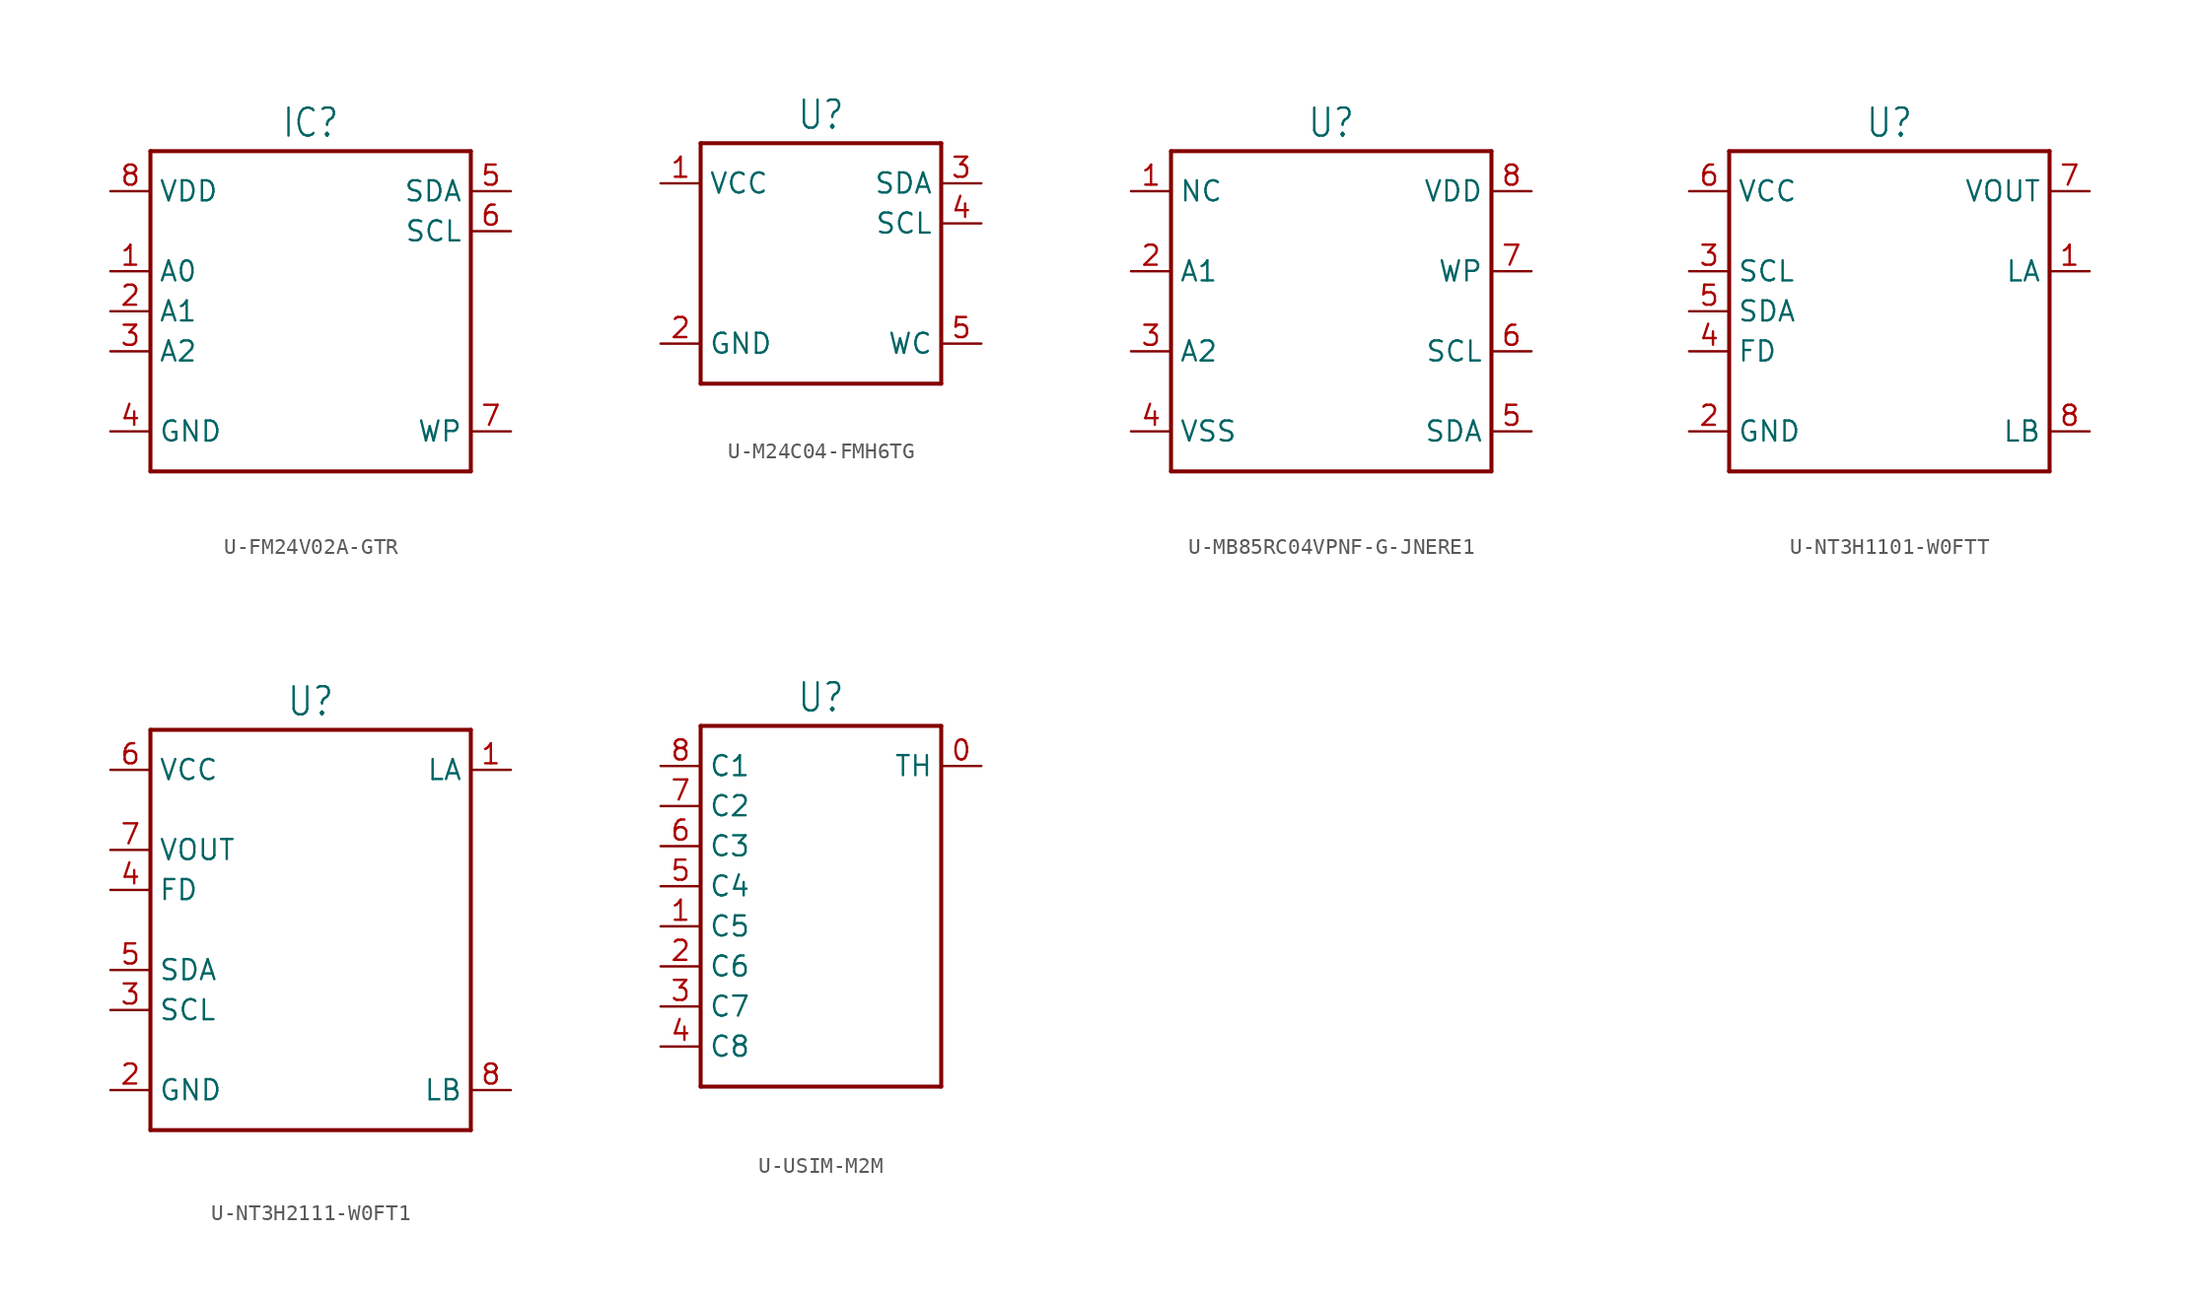
<source format=kicad_sym>
(kicad_symbol_lib
  (version 20231120)
  (generator "kicad_symbol_editor")
  (generator_version "8.0")
  (symbol "U-FM24V02A-GTR"
    (property "Reference" "IC"
      (at 0 10.922 0)
      (effects (font (size 1.778 1.511)) (justify bottom)))
    (property "Value" ""
      (at 0 -10.922 0)
      (effects (font (size 1.778 1.511)) (justify top)))
    (property "ki_locked" ""
      (at 0 0 0)
      (effects (font (size 1.27 1.27))))
    (symbol "U-FM24V02A-GTR_1_0"
      (polyline (pts (xy -10.16 -10.16) (xy -10.16 10.16)) (stroke (width 0.254) (type solid)) (fill (type none)))
      (polyline (pts (xy -10.16 10.16) (xy 10.16 10.16)) (stroke (width 0.254) (type solid)) (fill (type none)))
      (polyline (pts (xy 10.16 -10.16) (xy -10.16 -10.16)) (stroke (width 0.254) (type solid)) (fill (type none)))
      (polyline (pts (xy 10.16 10.16) (xy 10.16 -10.16)) (stroke (width 0.254) (type solid)) (fill (type none)))
      (pin passive line (at -12.7 2.54 0) (length 2.54) (name "A0" (effects (font (size 1.27 1.27)))) (number "1" (effects (font (size 1.27 1.27)))))
      (pin passive line (at -12.7 0 0) (length 2.54) (name "A1" (effects (font (size 1.27 1.27)))) (number "2" (effects (font (size 1.27 1.27)))))
      (pin passive line (at -12.7 -2.54 0) (length 2.54) (name "A2" (effects (font (size 1.27 1.27)))) (number "3" (effects (font (size 1.27 1.27)))))
      (pin passive line (at -12.7 -7.62 0) (length 2.54) (name "GND" (effects (font (size 1.27 1.27)))) (number "4" (effects (font (size 1.27 1.27)))))
      (pin passive line (at 12.7 7.62 180) (length 2.54) (name "SDA" (effects (font (size 1.27 1.27)))) (number "5" (effects (font (size 1.27 1.27)))))
      (pin passive line (at 12.7 5.08 180) (length 2.54) (name "SCL" (effects (font (size 1.27 1.27)))) (number "6" (effects (font (size 1.27 1.27)))))
      (pin passive line (at 12.7 -7.62 180) (length 2.54) (name "WP" (effects (font (size 1.27 1.27)))) (number "7" (effects (font (size 1.27 1.27)))))
      (pin passive line (at -12.7 7.62 0) (length 2.54) (name "VDD" (effects (font (size 1.27 1.27)))) (number "8" (effects (font (size 1.27 1.27)))))))
  (symbol "U-M24C04-FMH6TG"
    (property "Reference" "U"
      (at 0 8.382 0)
      (effects (font (size 1.778 1.511)) (justify bottom)))
    (property "Value" ""
      (at 0 -8.382 0)
      (effects (font (size 1.778 1.511)) (justify top)))
    (property "ki_locked" ""
      (at 0 0 0)
      (effects (font (size 1.27 1.27))))
    (symbol "U-M24C04-FMH6TG_1_0"
      (polyline (pts (xy -7.62 -7.62) (xy -7.62 7.62)) (stroke (width 0.254) (type solid)) (fill (type none)))
      (polyline (pts (xy -7.62 7.62) (xy 7.62 7.62)) (stroke (width 0.254) (type solid)) (fill (type none)))
      (polyline (pts (xy 7.62 -7.62) (xy -7.62 -7.62)) (stroke (width 0.254) (type solid)) (fill (type none)))
      (polyline (pts (xy 7.62 7.62) (xy 7.62 -7.62)) (stroke (width 0.254) (type solid)) (fill (type none)))
      (pin passive line (at -10.16 5.08 0) (length 2.54) (name "VCC" (effects (font (size 1.27 1.27)))) (number "1" (effects (font (size 1.27 1.27)))))
      (pin passive line (at -10.16 -5.08 0) (length 2.54) (name "GND" (effects (font (size 1.27 1.27)))) (number "2" (effects (font (size 1.27 1.27)))))
      (pin passive line (at 10.16 5.08 180) (length 2.54) (name "SDA" (effects (font (size 1.27 1.27)))) (number "3" (effects (font (size 1.27 1.27)))))
      (pin passive line (at 10.16 2.54 180) (length 2.54) (name "SCL" (effects (font (size 1.27 1.27)))) (number "4" (effects (font (size 1.27 1.27)))))
      (pin passive line (at 10.16 -5.08 180) (length 2.54) (name "WC" (effects (font (size 1.27 1.27)))) (number "5" (effects (font (size 1.27 1.27)))))))
  (symbol "U-MB85RC04VPNF-G-JNERE1"
    (property "Reference" "U"
      (at 0 10.922 0)
      (effects (font (size 1.778 1.511)) (justify bottom)))
    (property "Value" ""
      (at 0 -10.922 0)
      (effects (font (size 1.778 1.511)) (justify top)))
    (property "ki_locked" ""
      (at 0 0 0)
      (effects (font (size 1.27 1.27))))
    (symbol "U-MB85RC04VPNF-G-JNERE1_1_0"
      (polyline (pts (xy -10.16 -10.16) (xy -10.16 10.16)) (stroke (width 0.254) (type solid)) (fill (type none)))
      (polyline (pts (xy -10.16 10.16) (xy 10.16 10.16)) (stroke (width 0.254) (type solid)) (fill (type none)))
      (polyline (pts (xy 10.16 -10.16) (xy -10.16 -10.16)) (stroke (width 0.254) (type solid)) (fill (type none)))
      (polyline (pts (xy 10.16 10.16) (xy 10.16 -10.16)) (stroke (width 0.254) (type solid)) (fill (type none)))
      (pin passive line (at -12.7 7.62 0) (length 2.54) (name "NC" (effects (font (size 1.27 1.27)))) (number "1" (effects (font (size 1.27 1.27)))))
      (pin passive line (at -12.7 2.54 0) (length 2.54) (name "A1" (effects (font (size 1.27 1.27)))) (number "2" (effects (font (size 1.27 1.27)))))
      (pin passive line (at -12.7 -2.54 0) (length 2.54) (name "A2" (effects (font (size 1.27 1.27)))) (number "3" (effects (font (size 1.27 1.27)))))
      (pin passive line (at -12.7 -7.62 0) (length 2.54) (name "VSS" (effects (font (size 1.27 1.27)))) (number "4" (effects (font (size 1.27 1.27)))))
      (pin passive line (at 12.7 -7.62 180) (length 2.54) (name "SDA" (effects (font (size 1.27 1.27)))) (number "5" (effects (font (size 1.27 1.27)))))
      (pin passive line (at 12.7 -2.54 180) (length 2.54) (name "SCL" (effects (font (size 1.27 1.27)))) (number "6" (effects (font (size 1.27 1.27)))))
      (pin passive line (at 12.7 2.54 180) (length 2.54) (name "WP" (effects (font (size 1.27 1.27)))) (number "7" (effects (font (size 1.27 1.27)))))
      (pin passive line (at 12.7 7.62 180) (length 2.54) (name "VDD" (effects (font (size 1.27 1.27)))) (number "8" (effects (font (size 1.27 1.27)))))))
  (symbol "U-NT3H1101-W0FTT"
    (property "Reference" "U"
      (at 0 10.922 0)
      (effects (font (size 1.778 1.511)) (justify bottom)))
    (property "Value" ""
      (at 0 -10.922 0)
      (effects (font (size 1.778 1.511)) (justify top)))
    (property "ki_locked" ""
      (at 0 0 0)
      (effects (font (size 1.27 1.27))))
    (symbol "U-NT3H1101-W0FTT_1_0"
      (polyline (pts (xy -10.16 -10.16) (xy -10.16 10.16)) (stroke (width 0.254) (type solid)) (fill (type none)))
      (polyline (pts (xy -10.16 10.16) (xy 10.16 10.16)) (stroke (width 0.254) (type solid)) (fill (type none)))
      (polyline (pts (xy 10.16 -10.16) (xy -10.16 -10.16)) (stroke (width 0.254) (type solid)) (fill (type none)))
      (polyline (pts (xy 10.16 10.16) (xy 10.16 -10.16)) (stroke (width 0.254) (type solid)) (fill (type none)))
      (pin passive line (at 12.7 2.54 180) (length 2.54) (name "LA" (effects (font (size 1.27 1.27)))) (number "1" (effects (font (size 1.27 1.27)))))
      (pin passive line (at -12.7 -7.62 0) (length 2.54) (name "GND" (effects (font (size 1.27 1.27)))) (number "2" (effects (font (size 1.27 1.27)))))
      (pin passive line (at -12.7 2.54 0) (length 2.54) (name "SCL" (effects (font (size 1.27 1.27)))) (number "3" (effects (font (size 1.27 1.27)))))
      (pin passive line (at -12.7 -2.54 0) (length 2.54) (name "FD" (effects (font (size 1.27 1.27)))) (number "4" (effects (font (size 1.27 1.27)))))
      (pin passive line (at -12.7 0 0) (length 2.54) (name "SDA" (effects (font (size 1.27 1.27)))) (number "5" (effects (font (size 1.27 1.27)))))
      (pin passive line (at -12.7 7.62 0) (length 2.54) (name "VCC" (effects (font (size 1.27 1.27)))) (number "6" (effects (font (size 1.27 1.27)))))
      (pin passive line (at 12.7 7.62 180) (length 2.54) (name "VOUT" (effects (font (size 1.27 1.27)))) (number "7" (effects (font (size 1.27 1.27)))))
      (pin passive line (at 12.7 -7.62 180) (length 2.54) (name "LB" (effects (font (size 1.27 1.27)))) (number "8" (effects (font (size 1.27 1.27)))))))
  (symbol "U-NT3H2111-W0FT1"
    (property "Reference" "U"
      (at 0 13.462 0)
      (effects (font (size 1.778 1.511)) (justify bottom)))
    (property "Value" ""
      (at 0 -13.462 0)
      (effects (font (size 1.778 1.511)) (justify top)))
    (property "ki_locked" ""
      (at 0 0 0)
      (effects (font (size 1.27 1.27))))
    (symbol "U-NT3H2111-W0FT1_1_0"
      (polyline (pts (xy -10.16 -12.7) (xy -10.16 12.7)) (stroke (width 0.254) (type solid)) (fill (type none)))
      (polyline (pts (xy -10.16 12.7) (xy 10.16 12.7)) (stroke (width 0.254) (type solid)) (fill (type none)))
      (polyline (pts (xy 10.16 -12.7) (xy -10.16 -12.7)) (stroke (width 0.254) (type solid)) (fill (type none)))
      (polyline (pts (xy 10.16 12.7) (xy 10.16 -12.7)) (stroke (width 0.254) (type solid)) (fill (type none)))
      (pin passive line (at 12.7 10.16 180) (length 2.54) (name "LA" (effects (font (size 1.27 1.27)))) (number "1" (effects (font (size 1.27 1.27)))))
      (pin passive line (at -12.7 -10.16 0) (length 2.54) (name "GND" (effects (font (size 1.27 1.27)))) (number "2" (effects (font (size 1.27 1.27)))))
      (pin passive line (at -12.7 -5.08 0) (length 2.54) (name "SCL" (effects (font (size 1.27 1.27)))) (number "3" (effects (font (size 1.27 1.27)))))
      (pin passive line (at -12.7 2.54 0) (length 2.54) (name "FD" (effects (font (size 1.27 1.27)))) (number "4" (effects (font (size 1.27 1.27)))))
      (pin passive line (at -12.7 -2.54 0) (length 2.54) (name "SDA" (effects (font (size 1.27 1.27)))) (number "5" (effects (font (size 1.27 1.27)))))
      (pin passive line (at -12.7 10.16 0) (length 2.54) (name "VCC" (effects (font (size 1.27 1.27)))) (number "6" (effects (font (size 1.27 1.27)))))
      (pin passive line (at -12.7 5.08 0) (length 2.54) (name "VOUT" (effects (font (size 1.27 1.27)))) (number "7" (effects (font (size 1.27 1.27)))))
      (pin passive line (at 12.7 -10.16 180) (length 2.54) (name "LB" (effects (font (size 1.27 1.27)))) (number "8" (effects (font (size 1.27 1.27)))))))
  (symbol "U-USIM-M2M"
    (property "Reference" "U"
      (at 0 10.922 0)
      (effects (font (size 1.778 1.511)) (justify bottom)))
    (property "Value" ""
      (at 0 -13.462 0)
      (effects (font (size 1.778 1.511)) (justify top)))
    (property "ki_locked" ""
      (at 0 0 0)
      (effects (font (size 1.27 1.27))))
    (symbol "U-USIM-M2M_1_0"
      (polyline (pts (xy -7.62 -12.7) (xy -7.62 10.16)) (stroke (width 0.254) (type solid)) (fill (type none)))
      (polyline (pts (xy -7.62 10.16) (xy 7.62 10.16)) (stroke (width 0.254) (type solid)) (fill (type none)))
      (polyline (pts (xy 7.62 -12.7) (xy -7.62 -12.7)) (stroke (width 0.254) (type solid)) (fill (type none)))
      (polyline (pts (xy 7.62 10.16) (xy 7.62 -12.7)) (stroke (width 0.254) (type solid)) (fill (type none)))
      (pin passive line (at 10.16 7.62 180) (length 2.54) (name "TH" (effects (font (size 1.27 1.27)))) (number "0" (effects (font (size 1.27 1.27)))))
      (pin passive line (at -10.16 -2.54 0) (length 2.54) (name "C5" (effects (font (size 1.27 1.27)))) (number "1" (effects (font (size 1.27 1.27)))))
      (pin passive line (at -10.16 -5.08 0) (length 2.54) (name "C6" (effects (font (size 1.27 1.27)))) (number "2" (effects (font (size 1.27 1.27)))))
      (pin passive line (at -10.16 -7.62 0) (length 2.54) (name "C7" (effects (font (size 1.27 1.27)))) (number "3" (effects (font (size 1.27 1.27)))))
      (pin passive line (at -10.16 -10.16 0) (length 2.54) (name "C8" (effects (font (size 1.27 1.27)))) (number "4" (effects (font (size 1.27 1.27)))))
      (pin passive line (at -10.16 0 0) (length 2.54) (name "C4" (effects (font (size 1.27 1.27)))) (number "5" (effects (font (size 1.27 1.27)))))
      (pin passive line (at -10.16 2.54 0) (length 2.54) (name "C3" (effects (font (size 1.27 1.27)))) (number "6" (effects (font (size 1.27 1.27)))))
      (pin passive line (at -10.16 5.08 0) (length 2.54) (name "C2" (effects (font (size 1.27 1.27)))) (number "7" (effects (font (size 1.27 1.27)))))
      (pin passive line (at -10.16 7.62 0) (length 2.54) (name "C1" (effects (font (size 1.27 1.27)))) (number "8" (effects (font (size 1.27 1.27))))))))
</source>
